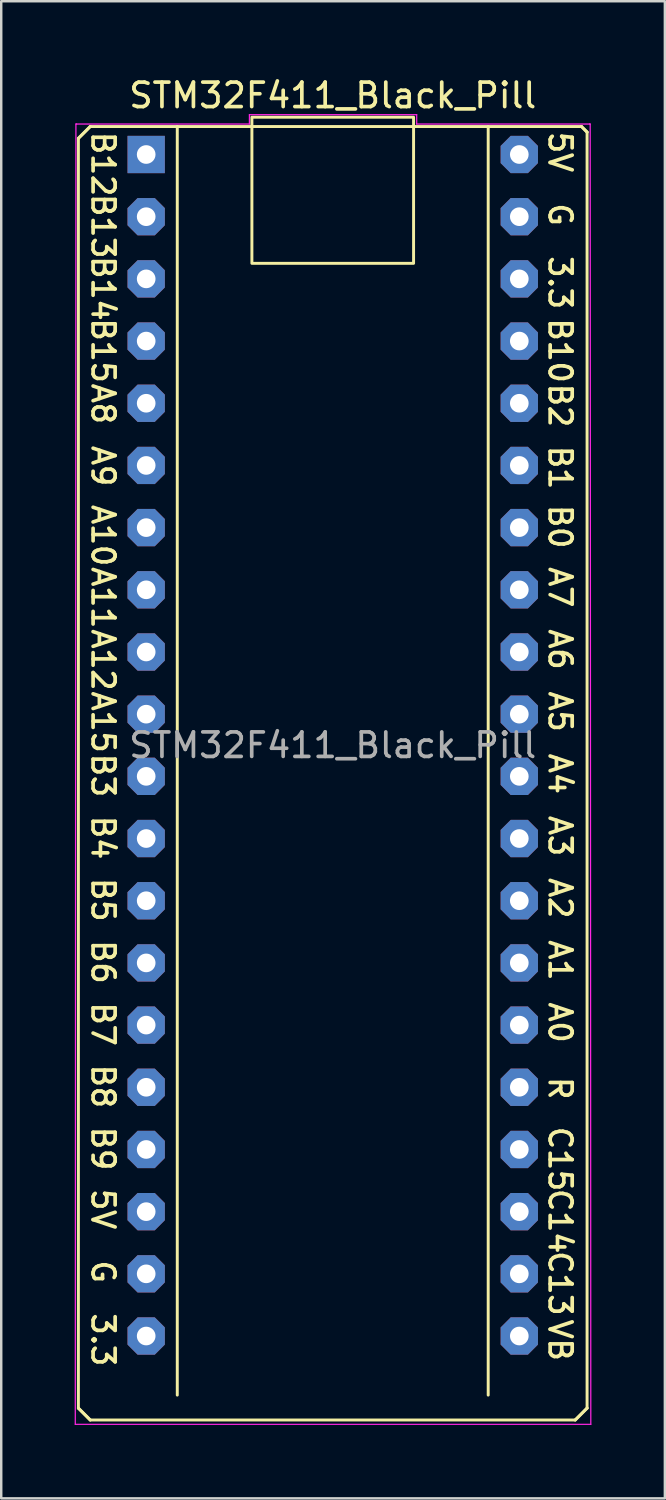
<source format=kicad_pcb>
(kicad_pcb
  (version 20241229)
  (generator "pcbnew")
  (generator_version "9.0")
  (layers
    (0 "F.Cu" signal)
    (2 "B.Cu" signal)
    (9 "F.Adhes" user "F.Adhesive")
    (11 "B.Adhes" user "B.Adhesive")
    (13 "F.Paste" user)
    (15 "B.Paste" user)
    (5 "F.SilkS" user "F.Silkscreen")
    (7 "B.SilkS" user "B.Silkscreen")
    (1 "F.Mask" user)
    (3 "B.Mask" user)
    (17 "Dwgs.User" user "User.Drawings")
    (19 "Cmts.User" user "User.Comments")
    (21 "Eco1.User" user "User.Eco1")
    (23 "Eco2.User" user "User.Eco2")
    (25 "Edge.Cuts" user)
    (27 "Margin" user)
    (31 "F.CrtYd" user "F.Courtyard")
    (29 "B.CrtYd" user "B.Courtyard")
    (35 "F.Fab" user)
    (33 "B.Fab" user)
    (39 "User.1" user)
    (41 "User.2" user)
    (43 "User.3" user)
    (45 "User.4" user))
  (footprint "STM32F411_Black_Pill"
    (layer "F.Cu")
    (at 10.541 27.391)
    (property "Reference" "STM32F411_Black_Pill" (at 0 -26.543 0) (unlocked yes) (layer "F.SilkS") (effects (font (size 1 1) (thickness 0.15))))
    (attr through_hole)
    (fp_line (start -10.389 -24.79) (end -10.389 27.076) (stroke (width 0.12) (type default)) (layer "F.SilkS"))
    (fp_line (start -10.389 27.076) (end -9.906 27.559) (stroke (width 0.12) (type default)) (layer "F.SilkS"))
    (fp_line (start -9.906 -25.273) (end -10.389 -24.79) (stroke (width 0.12) (type default)) (layer "F.SilkS"))
    (fp_line (start -9.906 -25.273) (end -10.389 -24.79) (stroke (width 0.12) (type default)) (layer "F.SilkS"))
    (fp_line (start -9.906 27.559) (end -10.389 27.076) (stroke (width 0.12) (type default)) (layer "F.SilkS"))
    (fp_line (start -9.906 27.559) (end 9.906 27.559) (stroke (width 0.12) (type default)) (layer "F.SilkS"))
    (fp_line (start -6.35 -25.273) (end -6.35 26.543) (stroke (width 0.12) (type default)) (layer "F.SilkS"))
    (fp_line (start 6.35 -25.273) (end 6.35 26.543) (stroke (width 0.12) (type default)) (layer "F.SilkS"))
    (fp_line (start 9.906 27.559) (end 10.389 27.076) (stroke (width 0.12) (type default)) (layer "F.SilkS"))
    (fp_line (start 9.906 27.559) (end 10.389 27.076) (stroke (width 0.12) (type default)) (layer "F.SilkS"))
    (fp_line (start 10.16 -25.273) (end -9.906 -25.273) (stroke (width 0.12) (type default)) (layer "F.SilkS"))
    (fp_line (start 10.16 -25.273) (end 10.389 -25.044) (stroke (width 0.12) (type default)) (layer "F.SilkS"))
    (fp_line (start 10.389 -25.044) (end 10.16 -25.273) (stroke (width 0.12) (type default)) (layer "F.SilkS"))
    (fp_line (start 10.389 27.076) (end 10.389 -25.044) (stroke (width 0.12) (type default)) (layer "F.SilkS"))
    (fp_rect (start -3.302 -25.654) (end 3.302 -19.685) (stroke (width 0.12) (type default)) (fill no) (layer "F.SilkS"))
    (fp_line (start -10.516 27.737) (end -10.49 -25.375) (stroke (width 0.05) (type default)) (layer "F.CrtYd"))
    (fp_line (start -10.516 27.737) (end 10.541 27.737) (stroke (width 0.05) (type default)) (layer "F.CrtYd"))
    (fp_line (start -10.49 -25.375) (end -10.465 -25.375) (stroke (width 0.05) (type default)) (layer "F.CrtYd"))
    (fp_line (start -10.465 -25.375) (end -3.404 -25.375) (stroke (width 0.05) (type default)) (layer "F.CrtYd"))
    (fp_line (start -3.404 -25.756) (end 3.429 -25.756) (stroke (width 0.05) (type default)) (layer "F.CrtYd"))
    (fp_line (start -3.404 -25.375) (end -3.404 -25.756) (stroke (width 0.05) (type default)) (layer "F.CrtYd"))
    (fp_line (start 3.429 -25.756) (end 3.429 -25.375) (stroke (width 0.05) (type default)) (layer "F.CrtYd"))
    (fp_line (start 3.429 -25.375) (end 10.49 -25.375) (stroke (width 0.05) (type default)) (layer "F.CrtYd"))
    (fp_line (start 10.49 -25.375) (end 10.516 -25.375) (stroke (width 0.05) (type default)) (layer "F.CrtYd"))
    (fp_line (start 10.516 -25.375) (end 10.541 27.737) (stroke (width 0.05) (type default)) (layer "F.CrtYd"))
    (fp_text user "3.3" (at 8.763 -20.066 270) (unlocked yes) (layer "F.SilkS") (effects (font (size 0.9 0.9) (thickness 0.15)) (justify left bottom)))
    (fp_text user "A12" (at -9.906 -4.826 270) (unlocked yes) (layer "F.SilkS") (effects (font (size 0.9 0.9) (thickness 0.15)) (justify left bottom)))
    (fp_text user "B10" (at 8.763 -17.526 270) (unlocked yes) (layer "F.SilkS") (effects (font (size 0.9 0.9) (thickness 0.15)) (justify left bottom)))
    (fp_text user "A2" (at 8.763 5.334 270) (unlocked yes) (layer "F.SilkS") (effects (font (size 0.9 0.9) (thickness 0.15)) (justify left bottom)))
    (fp_text user "A6" (at 8.763 -4.826 270) (unlocked yes) (layer "F.SilkS") (effects (font (size 0.9 0.9) (thickness 0.15)) (justify left bottom)))
    (fp_text user "B14" (at -9.906 -20.066 270) (unlocked yes) (layer "F.SilkS") (effects (font (size 0.9 0.9) (thickness 0.15)) (justify left bottom)))
    (fp_text user "A4" (at 8.763 0.254 270) (unlocked yes) (layer "F.SilkS") (effects (font (size 0.9 0.9) (thickness 0.15)) (justify left bottom)))
    (fp_text user "B4" (at -9.906 2.794 270) (unlocked yes) (layer "F.SilkS") (effects (font (size 0.9 0.9) (thickness 0.15)) (justify left bottom)))
    (fp_text user "5V" (at 8.763 -25.146 270) (unlocked yes) (layer "F.SilkS") (effects (font (size 0.9 0.9) (thickness 0.15)) (justify left bottom)))
    (fp_text user "3.3" (at -9.906 23.114 270) (unlocked yes) (layer "F.SilkS") (effects (font (size 0.9 0.9) (thickness 0.15)) (justify left bottom)))
    (fp_text user "A9" (at -9.906 -12.319 270) (unlocked yes) (layer "F.SilkS") (effects (font (size 0.9 0.9) (thickness 0.15)) (justify left bottom)))
    (fp_text user "G" (at -9.906 20.955 270) (unlocked yes) (layer "F.SilkS") (effects (font (size 0.9 0.9) (thickness 0.15)) (justify left bottom)))
    (fp_text user "A0" (at 8.763 10.414 270) (unlocked yes) (layer "F.SilkS") (effects (font (size 0.9 0.9) (thickness 0.15)) (justify left bottom)))
    (fp_text user "B0" (at 8.763 -9.906 270) (unlocked yes) (layer "F.SilkS") (effects (font (size 0.9 0.9) (thickness 0.15)) (justify left bottom)))
    (fp_text user "R" (at 8.763 13.462 270) (unlocked yes) (layer "F.SilkS") (effects (font (size 0.9 0.9) (thickness 0.15)) (justify left bottom)))
    (fp_text user "C14" (at 8.763 18.034 270) (unlocked yes) (layer "F.SilkS") (effects (font (size 0.9 0.9) (thickness 0.15)) (justify left bottom)))
    (fp_text user "B5" (at -9.906 5.334 270) (unlocked yes) (layer "F.SilkS") (effects (font (size 0.9 0.9) (thickness 0.15)) (justify left bottom)))
    (fp_text user "A15" (at -9.906 -2.286 270) (unlocked yes) (layer "F.SilkS") (effects (font (size 0.9 0.9) (thickness 0.15)) (justify left bottom)))
    (fp_text user "B2" (at 8.763 -14.859 270) (unlocked yes) (layer "F.SilkS") (effects (font (size 0.9 0.9) (thickness 0.15)) (justify left bottom)))
    (fp_text user "A7" (at 8.763 -7.366 270) (unlocked yes) (layer "F.SilkS") (effects (font (size 0.9 0.9) (thickness 0.15)) (justify left bottom)))
    (fp_text user "B15" (at -9.906 -17.526 270) (unlocked yes) (layer "F.SilkS") (effects (font (size 0.9 0.9) (thickness 0.15)) (justify left bottom)))
    (fp_text user "A3" (at 8.763 2.794 270) (unlocked yes) (layer "F.SilkS") (effects (font (size 0.9 0.9) (thickness 0.15)) (justify left bottom)))
    (fp_text user "A8" (at -9.906 -14.859 270) (unlocked yes) (layer "F.SilkS") (effects (font (size 0.9 0.9) (thickness 0.15)) (justify left bottom)))
    (fp_text user "A5" (at 8.763 -2.286 270) (unlocked yes) (layer "F.SilkS") (effects (font (size 0.9 0.9) (thickness 0.15)) (justify left bottom)))
    (fp_text user "A1" (at 8.763 7.874 270) (unlocked yes) (layer "F.SilkS") (effects (font (size 0.9 0.9) (thickness 0.15)) (justify left bottom)))
    (fp_text user "B8" (at -9.906 12.954 270) (unlocked yes) (layer "F.SilkS") (effects (font (size 0.9 0.9) (thickness 0.15)) (justify left bottom)))
    (fp_text user "VB" (at 8.763 23.368 270) (unlocked yes) (layer "F.SilkS") (effects (font (size 0.9 0.9) (thickness 0.15)) (justify left bottom)))
    (fp_text user "C13" (at 8.763 20.574 270) (unlocked yes) (layer "F.SilkS") (effects (font (size 0.9 0.9) (thickness 0.15)) (justify left bottom)))
    (fp_text user "C15" (at 8.763 15.494 270) (unlocked yes) (layer "F.SilkS") (effects (font (size 0.9 0.9) (thickness 0.15)) (justify left bottom)))
    (fp_text user "B13" (at -9.906 -22.606 270) (unlocked yes) (layer "F.SilkS") (effects (font (size 0.9 0.9) (thickness 0.15)) (justify left bottom)))
    (fp_text user "B1" (at 8.763 -12.319 270) (unlocked yes) (layer "F.SilkS") (effects (font (size 0.9 0.9) (thickness 0.15)) (justify left bottom)))
    (fp_text user "B12" (at -9.906 -25.146 270) (unlocked yes) (layer "F.SilkS") (effects (font (size 0.9 0.9) (thickness 0.15)) (justify left bottom)))
    (fp_text user "A11" (at -9.906 -7.366 270) (unlocked yes) (layer "F.SilkS") (effects (font (size 0.9 0.9) (thickness 0.15)) (justify left bottom)))
    (fp_text user "A10" (at -9.906 -9.906 270) (unlocked yes) (layer "F.SilkS") (effects (font (size 0.9 0.9) (thickness 0.15)) (justify left bottom)))
    (fp_text user "B9" (at -9.906 15.494 270) (unlocked yes) (layer "F.SilkS") (effects (font (size 0.9 0.9) (thickness 0.15)) (justify left bottom)))
    (fp_text user "B3" (at -9.906 0.254 270) (unlocked yes) (layer "F.SilkS") (effects (font (size 0.9 0.9) (thickness 0.15)) (justify left bottom)))
    (fp_text user "G" (at 8.763 -22.225 270) (unlocked yes) (layer "F.SilkS") (effects (font (size 0.9 0.9) (thickness 0.15)) (justify left bottom)))
    (fp_text user "B7" (at -9.906 10.414 270) (unlocked yes) (layer "F.SilkS") (effects (font (size 0.9 0.9) (thickness 0.15)) (justify left bottom)))
    (fp_text user "B6" (at -9.906 7.874 270) (unlocked yes) (layer "F.SilkS") (effects (font (size 0.9 0.9) (thickness 0.15)) (justify left bottom)))
    (fp_text user "5V" (at -9.906 18.034 270) (unlocked yes) (layer "F.SilkS") (effects (font (size 0.9 0.9) (thickness 0.15)) (justify left bottom)))
    (fp_text user "${REFERENCE}" (at 0 0 0) (unlocked yes) (layer "F.Fab") (effects (font (size 1 1) (thickness 0.15))))
    (pad "1" thru_hole roundrect (at -7.62 -24.13) (size 1.524 1.524) (drill 0.762) (layers "*.Cu" "*.Mask") (roundrect_rratio 0) (chamfer_ratio 0.2) (chamfer))
    (pad "2" thru_hole roundrect (at -7.62 -21.59) (size 1.524 1.524) (drill 0.762) (layers "*.Cu" "*.Mask") (roundrect_rratio 0) (chamfer_ratio 0.27) (chamfer top_left top_right bottom_left bottom_right))
    (pad "3" thru_hole roundrect (at -7.62 -19.05) (size 1.524 1.524) (drill 0.762) (layers "*.Cu" "*.Mask") (roundrect_rratio 0) (chamfer_ratio 0.27) (chamfer top_left top_right bottom_left bottom_right))
    (pad "4" thru_hole roundrect (at -7.62 -16.51) (size 1.524 1.524) (drill 0.762) (layers "*.Cu" "*.Mask") (roundrect_rratio 0) (chamfer_ratio 0.27) (chamfer top_left top_right bottom_left bottom_right))
    (pad "5" thru_hole roundrect (at -7.62 -13.97) (size 1.524 1.524) (drill 0.762) (layers "*.Cu" "*.Mask") (roundrect_rratio 0) (chamfer_ratio 0.27) (chamfer top_left top_right bottom_left bottom_right))
    (pad "6" thru_hole roundrect (at -7.62 -11.43) (size 1.524 1.524) (drill 0.762) (layers "*.Cu" "*.Mask") (roundrect_rratio 0) (chamfer_ratio 0.27) (chamfer top_left top_right bottom_left bottom_right))
    (pad "7" thru_hole roundrect (at -7.62 -8.89) (size 1.524 1.524) (drill 0.762) (layers "*.Cu" "*.Mask") (roundrect_rratio 0) (chamfer_ratio 0.27) (chamfer top_left top_right bottom_left bottom_right))
    (pad "8" thru_hole roundrect (at -7.62 -6.35) (size 1.524 1.524) (drill 0.762) (layers "*.Cu" "*.Mask") (roundrect_rratio 0) (chamfer_ratio 0.27) (chamfer top_left top_right bottom_left bottom_right))
    (pad "9" thru_hole roundrect (at -7.62 -3.81) (size 1.524 1.524) (drill 0.762) (layers "*.Cu" "*.Mask") (roundrect_rratio 0) (chamfer_ratio 0.27) (chamfer top_left top_right bottom_left bottom_right))
    (pad "10" thru_hole roundrect (at -7.62 -1.27) (size 1.524 1.524) (drill 0.762) (layers "*.Cu" "*.Mask") (roundrect_rratio 0) (chamfer_ratio 0.27) (chamfer top_left top_right bottom_left bottom_right))
    (pad "11" thru_hole roundrect (at -7.62 1.27) (size 1.524 1.524) (drill 0.762) (layers "*.Cu" "*.Mask") (roundrect_rratio 0) (chamfer_ratio 0.27) (chamfer top_left top_right bottom_left bottom_right))
    (pad "12" thru_hole roundrect (at -7.62 3.81) (size 1.524 1.524) (drill 0.762) (layers "*.Cu" "*.Mask") (roundrect_rratio 0) (chamfer_ratio 0.27) (chamfer top_left top_right bottom_left bottom_right))
    (pad "13" thru_hole roundrect (at -7.62 6.35) (size 1.524 1.524) (drill 0.762) (layers "*.Cu" "*.Mask") (roundrect_rratio 0) (chamfer_ratio 0.27) (chamfer top_left top_right bottom_left bottom_right))
    (pad "14" thru_hole roundrect (at -7.62 8.89) (size 1.524 1.524) (drill 0.762) (layers "*.Cu" "*.Mask") (roundrect_rratio 0) (chamfer_ratio 0.27) (chamfer top_left top_right bottom_left bottom_right))
    (pad "15" thru_hole roundrect (at -7.62 11.43) (size 1.524 1.524) (drill 0.762) (layers "*.Cu" "*.Mask") (roundrect_rratio 0) (chamfer_ratio 0.27) (chamfer top_left top_right bottom_left bottom_right))
    (pad "16" thru_hole roundrect (at -7.62 13.97) (size 1.524 1.524) (drill 0.762) (layers "*.Cu" "*.Mask") (roundrect_rratio 0) (chamfer_ratio 0.27) (chamfer top_left top_right bottom_left bottom_right))
    (pad "17" thru_hole roundrect (at -7.62 16.51) (size 1.524 1.524) (drill 0.762) (layers "*.Cu" "*.Mask") (roundrect_rratio 0) (chamfer_ratio 0.27) (chamfer top_left top_right bottom_left bottom_right))
    (pad "18" thru_hole roundrect (at -7.62 19.05) (size 1.524 1.524) (drill 0.762) (layers "*.Cu" "*.Mask") (roundrect_rratio 0) (chamfer_ratio 0.27) (chamfer top_left top_right bottom_left bottom_right))
    (pad "19" thru_hole roundrect (at -7.62 21.59) (size 1.524 1.524) (drill 0.762) (layers "*.Cu" "*.Mask") (roundrect_rratio 0) (chamfer_ratio 0.27) (chamfer top_left top_right bottom_left bottom_right))
    (pad "20" thru_hole roundrect (at -7.62 24.13) (size 1.524 1.524) (drill 0.762) (layers "*.Cu" "*.Mask") (roundrect_rratio 0) (chamfer_ratio 0.27) (chamfer top_left top_right bottom_left bottom_right))
    (pad "21" thru_hole roundrect (at 7.62 24.13) (size 1.524 1.524) (drill 0.762) (layers "*.Cu" "*.Mask") (roundrect_rratio 0) (chamfer_ratio 0.27) (chamfer top_left top_right bottom_left bottom_right))
    (pad "22" thru_hole roundrect (at 7.62 21.59) (size 1.524 1.524) (drill 0.762) (layers "*.Cu" "*.Mask") (roundrect_rratio 0) (chamfer_ratio 0.27) (chamfer top_left top_right bottom_left bottom_right))
    (pad "23" thru_hole roundrect (at 7.62 19.05) (size 1.524 1.524) (drill 0.762) (layers "*.Cu" "*.Mask") (roundrect_rratio 0) (chamfer_ratio 0.27) (chamfer top_left top_right bottom_left bottom_right))
    (pad "24" thru_hole roundrect (at 7.62 16.51) (size 1.524 1.524) (drill 0.762) (layers "*.Cu" "*.Mask") (roundrect_rratio 0) (chamfer_ratio 0.27) (chamfer top_left top_right bottom_left bottom_right))
    (pad "25" thru_hole roundrect (at 7.62 13.97) (size 1.524 1.524) (drill 0.762) (layers "*.Cu" "*.Mask") (roundrect_rratio 0) (chamfer_ratio 0.27) (chamfer top_left top_right bottom_left bottom_right))
    (pad "26" thru_hole roundrect (at 7.62 11.43) (size 1.524 1.524) (drill 0.762) (layers "*.Cu" "*.Mask") (roundrect_rratio 0) (chamfer_ratio 0.27) (chamfer top_left top_right bottom_left bottom_right))
    (pad "27" thru_hole roundrect (at 7.62 8.89) (size 1.524 1.524) (drill 0.762) (layers "*.Cu" "*.Mask") (roundrect_rratio 0) (chamfer_ratio 0.27) (chamfer top_left top_right bottom_left bottom_right))
    (pad "28" thru_hole roundrect (at 7.62 6.35) (size 1.524 1.524) (drill 0.762) (layers "*.Cu" "*.Mask") (roundrect_rratio 0) (chamfer_ratio 0.27) (chamfer top_left top_right bottom_left bottom_right))
    (pad "29" thru_hole roundrect (at 7.62 3.81) (size 1.524 1.524) (drill 0.762) (layers "*.Cu" "*.Mask") (roundrect_rratio 0) (chamfer_ratio 0.27) (chamfer top_left top_right bottom_left bottom_right))
    (pad "30" thru_hole roundrect (at 7.62 1.27) (size 1.524 1.524) (drill 0.762) (layers "*.Cu" "*.Mask") (roundrect_rratio 0) (chamfer_ratio 0.27) (chamfer top_left top_right bottom_left bottom_right))
    (pad "31" thru_hole roundrect (at 7.62 -1.27) (size 1.524 1.524) (drill 0.762) (layers "*.Cu" "*.Mask") (roundrect_rratio 0) (chamfer_ratio 0.27) (chamfer top_left top_right bottom_left bottom_right))
    (pad "32" thru_hole roundrect (at 7.62 -3.81) (size 1.524 1.524) (drill 0.762) (layers "*.Cu" "*.Mask") (roundrect_rratio 0) (chamfer_ratio 0.27) (chamfer top_left top_right bottom_left bottom_right))
    (pad "33" thru_hole roundrect (at 7.62 -6.35) (size 1.524 1.524) (drill 0.762) (layers "*.Cu" "*.Mask") (roundrect_rratio 0) (chamfer_ratio 0.27) (chamfer top_left top_right bottom_left bottom_right))
    (pad "34" thru_hole roundrect (at 7.62 -8.89) (size 1.524 1.524) (drill 0.762) (layers "*.Cu" "*.Mask") (roundrect_rratio 0) (chamfer_ratio 0.27) (chamfer top_left top_right bottom_left bottom_right))
    (pad "35" thru_hole roundrect (at 7.62 -11.43) (size 1.524 1.524) (drill 0.762) (layers "*.Cu" "*.Mask") (roundrect_rratio 0) (chamfer_ratio 0.27) (chamfer top_left top_right bottom_left bottom_right))
    (pad "36" thru_hole roundrect (at 7.62 -13.97) (size 1.524 1.524) (drill 0.762) (layers "*.Cu" "*.Mask") (roundrect_rratio 0) (chamfer_ratio 0.27) (chamfer top_left top_right bottom_left bottom_right))
    (pad "37" thru_hole roundrect (at 7.62 -16.51) (size 1.524 1.524) (drill 0.762) (layers "*.Cu" "*.Mask") (roundrect_rratio 0) (chamfer_ratio 0.27) (chamfer top_left top_right bottom_left bottom_right))
    (pad "38" thru_hole roundrect (at 7.62 -19.05) (size 1.524 1.524) (drill 0.762) (layers "*.Cu" "*.Mask") (roundrect_rratio 0) (chamfer_ratio 0.27) (chamfer top_left top_right bottom_left bottom_right))
    (pad "39" thru_hole roundrect (at 7.62 -21.59) (size 1.524 1.524) (drill 0.762) (layers "*.Cu" "*.Mask") (roundrect_rratio 0) (chamfer_ratio 0.27) (chamfer top_left top_right bottom_left bottom_right))
    (pad "40" thru_hole roundrect (at 7.62 -24.13) (size 1.524 1.524) (drill 0.762) (layers "*.Cu" "*.Mask") (roundrect_rratio 0) (chamfer_ratio 0.27) (chamfer top_left top_right bottom_left bottom_right)))
  (gr_rect
    (start -3 -3)
    (end 24.107 58.153)
    (stroke (width 0.1) (type default))
    (fill no)
    (layer "Edge.Cuts")))
</source>
